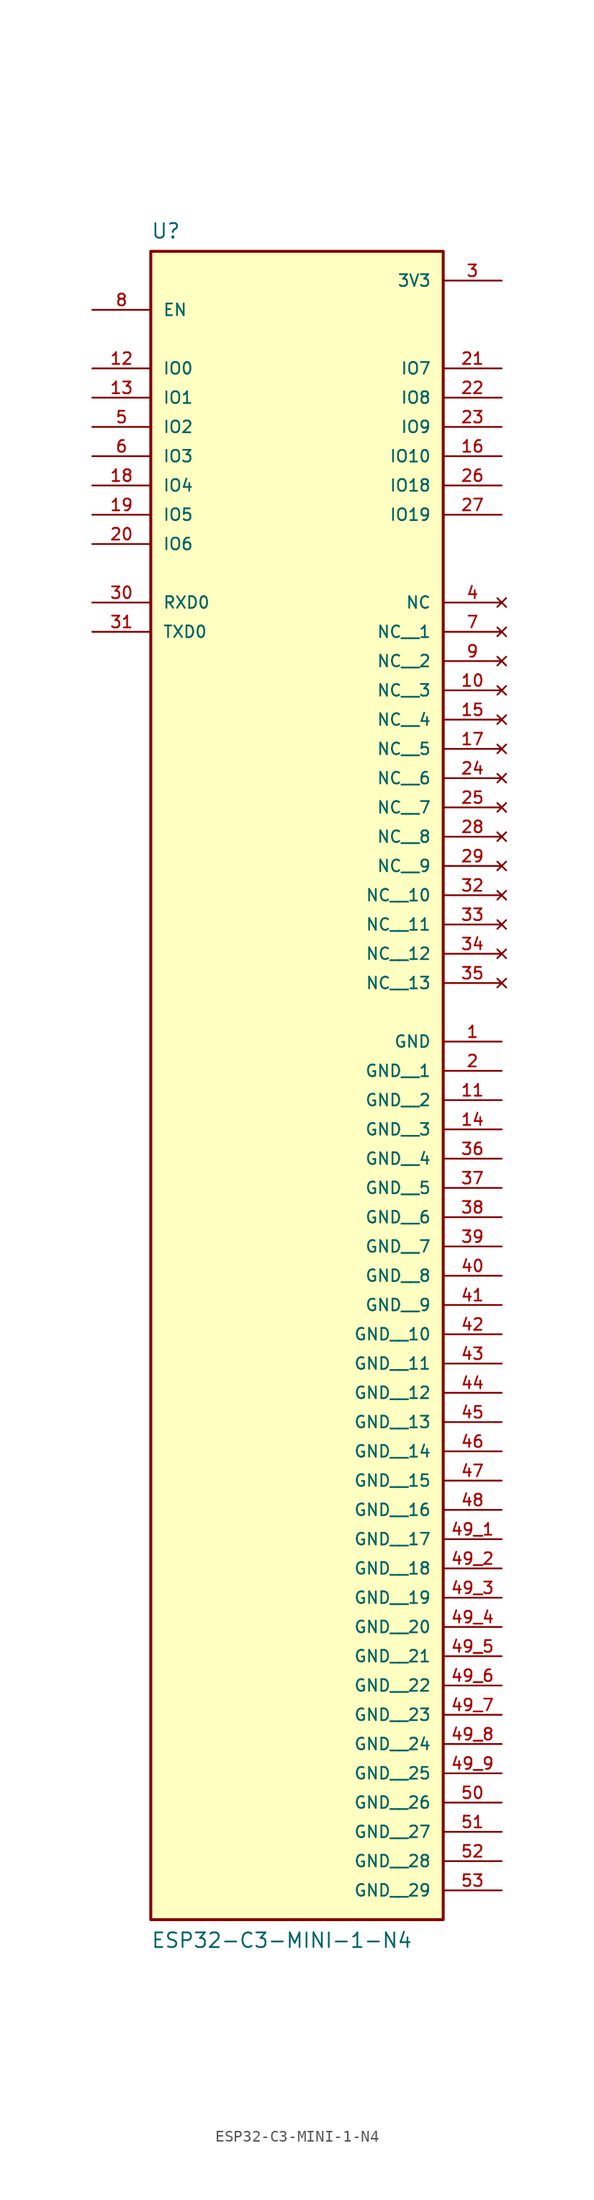
<source format=kicad_sym>
(kicad_symbol_lib
  (version 20211014)
  (generator kicad_symbol_editor)
  (symbol "ESP32-C3-MINI-1-N4"
    (pin_names
      (offset 1.016))
    (property "Reference" "U"
      (at -12.7 18.796 0)
      (effects (font (size 1.27 1.27)) (justify bottom left)))
    (property "Value" "ESP32-C3-MINI-1-N4"
      (at -12.7 -129.54 0)
      (effects (font (size 1.27 1.27)) (justify bottom left)))
    (symbol "ESP32-C3-MINI-1-N4_0_0"
      (rectangle (start -12.7 -127.0) (end 12.7 17.78) (stroke (width 0.254)) (fill (type background)))
      (pin power_in line (at 17.78 -50.8 180.0) (length 5.08) (name "GND" (effects (font (size 1.016 1.016)))) (number "1" (effects (font (size 1.016 1.016)))))
      (pin power_in line (at 17.78 15.24 180.0) (length 5.08) (name "3V3" (effects (font (size 1.016 1.016)))) (number "3" (effects (font (size 1.016 1.016)))))
      (pin no_connect line (at 17.78 -12.7 180.0) (length 5.08) (name "NC" (effects (font (size 1.016 1.016)))) (number "4" (effects (font (size 1.016 1.016)))))
      (pin bidirectional line (at -17.78 2.54 0) (length 5.08) (name "IO2" (effects (font (size 1.016 1.016)))) (number "5" (effects (font (size 1.016 1.016)))))
      (pin bidirectional line (at -17.78 0.0 0) (length 5.08) (name "IO3" (effects (font (size 1.016 1.016)))) (number "6" (effects (font (size 1.016 1.016)))))
      (pin input line (at -17.78 12.7 0) (length 5.08) (name "EN" (effects (font (size 1.016 1.016)))) (number "8" (effects (font (size 1.016 1.016)))))
      (pin bidirectional line (at -17.78 7.62 0) (length 5.08) (name "IO0" (effects (font (size 1.016 1.016)))) (number "12" (effects (font (size 1.016 1.016)))))
      (pin bidirectional line (at -17.78 5.08 0) (length 5.08) (name "IO1" (effects (font (size 1.016 1.016)))) (number "13" (effects (font (size 1.016 1.016)))))
      (pin bidirectional line (at 17.78 0.0 180.0) (length 5.08) (name "IO10" (effects (font (size 1.016 1.016)))) (number "16" (effects (font (size 1.016 1.016)))))
      (pin bidirectional line (at -17.78 -2.54 0) (length 5.08) (name "IO4" (effects (font (size 1.016 1.016)))) (number "18" (effects (font (size 1.016 1.016)))))
      (pin bidirectional line (at -17.78 -5.08 0) (length 5.08) (name "IO5" (effects (font (size 1.016 1.016)))) (number "19" (effects (font (size 1.016 1.016)))))
      (pin bidirectional line (at -17.78 -7.62 0) (length 5.08) (name "IO6" (effects (font (size 1.016 1.016)))) (number "20" (effects (font (size 1.016 1.016)))))
      (pin bidirectional line (at 17.78 7.62 180.0) (length 5.08) (name "IO7" (effects (font (size 1.016 1.016)))) (number "21" (effects (font (size 1.016 1.016)))))
      (pin bidirectional line (at 17.78 5.08 180.0) (length 5.08) (name "IO8" (effects (font (size 1.016 1.016)))) (number "22" (effects (font (size 1.016 1.016)))))
      (pin bidirectional line (at 17.78 2.54 180.0) (length 5.08) (name "IO9" (effects (font (size 1.016 1.016)))) (number "23" (effects (font (size 1.016 1.016)))))
      (pin bidirectional line (at 17.78 -2.54 180.0) (length 5.08) (name "IO18" (effects (font (size 1.016 1.016)))) (number "26" (effects (font (size 1.016 1.016)))))
      (pin bidirectional line (at 17.78 -5.08 180.0) (length 5.08) (name "IO19" (effects (font (size 1.016 1.016)))) (number "27" (effects (font (size 1.016 1.016)))))
      (pin bidirectional line (at -17.78 -12.7 0) (length 5.08) (name "RXD0" (effects (font (size 1.016 1.016)))) (number "30" (effects (font (size 1.016 1.016)))))
      (pin bidirectional line (at -17.78 -15.24 0) (length 5.08) (name "TXD0" (effects (font (size 1.016 1.016)))) (number "31" (effects (font (size 1.016 1.016)))))
      (pin no_connect line (at 17.78 -15.24 180.0) (length 5.08) (name "NC__1" (effects (font (size 1.016 1.016)))) (number "7" (effects (font (size 1.016 1.016)))))
      (pin no_connect line (at 17.78 -17.78 180.0) (length 5.08) (name "NC__2" (effects (font (size 1.016 1.016)))) (number "9" (effects (font (size 1.016 1.016)))))
      (pin no_connect line (at 17.78 -20.32 180.0) (length 5.08) (name "NC__3" (effects (font (size 1.016 1.016)))) (number "10" (effects (font (size 1.016 1.016)))))
      (pin no_connect line (at 17.78 -22.86 180.0) (length 5.08) (name "NC__4" (effects (font (size 1.016 1.016)))) (number "15" (effects (font (size 1.016 1.016)))))
      (pin no_connect line (at 17.78 -25.4 180.0) (length 5.08) (name "NC__5" (effects (font (size 1.016 1.016)))) (number "17" (effects (font (size 1.016 1.016)))))
      (pin no_connect line (at 17.78 -27.94 180.0) (length 5.08) (name "NC__6" (effects (font (size 1.016 1.016)))) (number "24" (effects (font (size 1.016 1.016)))))
      (pin no_connect line (at 17.78 -30.48 180.0) (length 5.08) (name "NC__7" (effects (font (size 1.016 1.016)))) (number "25" (effects (font (size 1.016 1.016)))))
      (pin no_connect line (at 17.78 -33.02 180.0) (length 5.08) (name "NC__8" (effects (font (size 1.016 1.016)))) (number "28" (effects (font (size 1.016 1.016)))))
      (pin no_connect line (at 17.78 -35.56 180.0) (length 5.08) (name "NC__9" (effects (font (size 1.016 1.016)))) (number "29" (effects (font (size 1.016 1.016)))))
      (pin no_connect line (at 17.78 -38.1 180.0) (length 5.08) (name "NC__10" (effects (font (size 1.016 1.016)))) (number "32" (effects (font (size 1.016 1.016)))))
      (pin no_connect line (at 17.78 -40.64 180.0) (length 5.08) (name "NC__11" (effects (font (size 1.016 1.016)))) (number "33" (effects (font (size 1.016 1.016)))))
      (pin no_connect line (at 17.78 -43.18 180.0) (length 5.08) (name "NC__12" (effects (font (size 1.016 1.016)))) (number "34" (effects (font (size 1.016 1.016)))))
      (pin no_connect line (at 17.78 -45.72 180.0) (length 5.08) (name "NC__13" (effects (font (size 1.016 1.016)))) (number "35" (effects (font (size 1.016 1.016)))))
      (pin power_in line (at 17.78 -53.34 180.0) (length 5.08) (name "GND__1" (effects (font (size 1.016 1.016)))) (number "2" (effects (font (size 1.016 1.016)))))
      (pin power_in line (at 17.78 -55.88 180.0) (length 5.08) (name "GND__2" (effects (font (size 1.016 1.016)))) (number "11" (effects (font (size 1.016 1.016)))))
      (pin power_in line (at 17.78 -58.42 180.0) (length 5.08) (name "GND__3" (effects (font (size 1.016 1.016)))) (number "14" (effects (font (size 1.016 1.016)))))
      (pin power_in line (at 17.78 -60.96 180.0) (length 5.08) (name "GND__4" (effects (font (size 1.016 1.016)))) (number "36" (effects (font (size 1.016 1.016)))))
      (pin power_in line (at 17.78 -63.5 180.0) (length 5.08) (name "GND__5" (effects (font (size 1.016 1.016)))) (number "37" (effects (font (size 1.016 1.016)))))
      (pin power_in line (at 17.78 -66.04 180.0) (length 5.08) (name "GND__6" (effects (font (size 1.016 1.016)))) (number "38" (effects (font (size 1.016 1.016)))))
      (pin power_in line (at 17.78 -68.58 180.0) (length 5.08) (name "GND__7" (effects (font (size 1.016 1.016)))) (number "39" (effects (font (size 1.016 1.016)))))
      (pin power_in line (at 17.78 -71.12 180.0) (length 5.08) (name "GND__8" (effects (font (size 1.016 1.016)))) (number "40" (effects (font (size 1.016 1.016)))))
      (pin power_in line (at 17.78 -73.66 180.0) (length 5.08) (name "GND__9" (effects (font (size 1.016 1.016)))) (number "41" (effects (font (size 1.016 1.016)))))
      (pin power_in line (at 17.78 -76.2 180.0) (length 5.08) (name "GND__10" (effects (font (size 1.016 1.016)))) (number "42" (effects (font (size 1.016 1.016)))))
      (pin power_in line (at 17.78 -78.74 180.0) (length 5.08) (name "GND__11" (effects (font (size 1.016 1.016)))) (number "43" (effects (font (size 1.016 1.016)))))
      (pin power_in line (at 17.78 -81.28 180.0) (length 5.08) (name "GND__12" (effects (font (size 1.016 1.016)))) (number "44" (effects (font (size 1.016 1.016)))))
      (pin power_in line (at 17.78 -83.82 180.0) (length 5.08) (name "GND__13" (effects (font (size 1.016 1.016)))) (number "45" (effects (font (size 1.016 1.016)))))
      (pin power_in line (at 17.78 -86.36 180.0) (length 5.08) (name "GND__14" (effects (font (size 1.016 1.016)))) (number "46" (effects (font (size 1.016 1.016)))))
      (pin power_in line (at 17.78 -88.9 180.0) (length 5.08) (name "GND__15" (effects (font (size 1.016 1.016)))) (number "47" (effects (font (size 1.016 1.016)))))
      (pin power_in line (at 17.78 -91.44 180.0) (length 5.08) (name "GND__16" (effects (font (size 1.016 1.016)))) (number "48" (effects (font (size 1.016 1.016)))))
      (pin power_in line (at 17.78 -93.98 180.0) (length 5.08) (name "GND__17" (effects (font (size 1.016 1.016)))) (number "49_1" (effects (font (size 1.016 1.016)))))
      (pin power_in line (at 17.78 -96.52 180.0) (length 5.08) (name "GND__18" (effects (font (size 1.016 1.016)))) (number "49_2" (effects (font (size 1.016 1.016)))))
      (pin power_in line (at 17.78 -99.06 180.0) (length 5.08) (name "GND__19" (effects (font (size 1.016 1.016)))) (number "49_3" (effects (font (size 1.016 1.016)))))
      (pin power_in line (at 17.78 -101.6 180.0) (length 5.08) (name "GND__20" (effects (font (size 1.016 1.016)))) (number "49_4" (effects (font (size 1.016 1.016)))))
      (pin power_in line (at 17.78 -104.14 180.0) (length 5.08) (name "GND__21" (effects (font (size 1.016 1.016)))) (number "49_5" (effects (font (size 1.016 1.016)))))
      (pin power_in line (at 17.78 -106.68 180.0) (length 5.08) (name "GND__22" (effects (font (size 1.016 1.016)))) (number "49_6" (effects (font (size 1.016 1.016)))))
      (pin power_in line (at 17.78 -109.22 180.0) (length 5.08) (name "GND__23" (effects (font (size 1.016 1.016)))) (number "49_7" (effects (font (size 1.016 1.016)))))
      (pin power_in line (at 17.78 -111.76 180.0) (length 5.08) (name "GND__24" (effects (font (size 1.016 1.016)))) (number "49_8" (effects (font (size 1.016 1.016)))))
      (pin power_in line (at 17.78 -114.3 180.0) (length 5.08) (name "GND__25" (effects (font (size 1.016 1.016)))) (number "49_9" (effects (font (size 1.016 1.016)))))
      (pin power_in line (at 17.78 -116.84 180.0) (length 5.08) (name "GND__26" (effects (font (size 1.016 1.016)))) (number "50" (effects (font (size 1.016 1.016)))))
      (pin power_in line (at 17.78 -119.38 180.0) (length 5.08) (name "GND__27" (effects (font (size 1.016 1.016)))) (number "51" (effects (font (size 1.016 1.016)))))
      (pin power_in line (at 17.78 -121.92 180.0) (length 5.08) (name "GND__28" (effects (font (size 1.016 1.016)))) (number "52" (effects (font (size 1.016 1.016)))))
      (pin power_in line (at 17.78 -124.46 180.0) (length 5.08) (name "GND__29" (effects (font (size 1.016 1.016)))) (number "53" (effects (font (size 1.016 1.016))))))))
</source>
